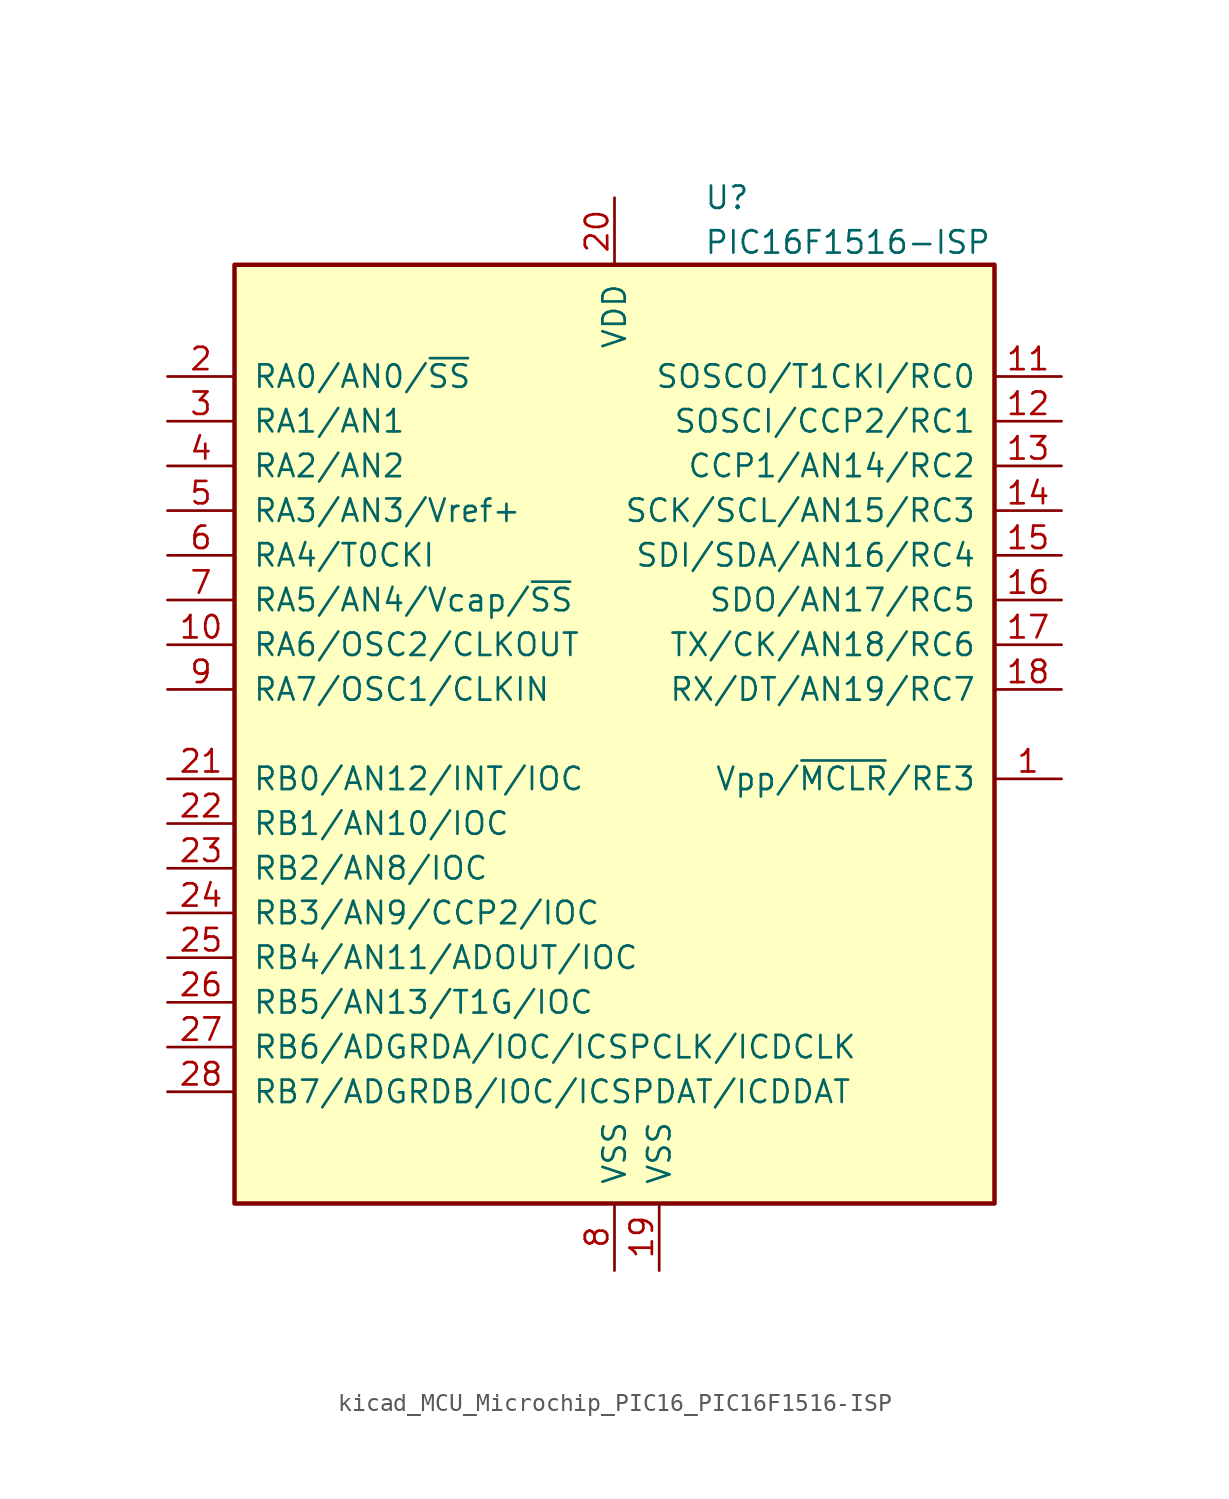
<source format=kicad_sym>
(kicad_symbol_lib
  (version 20220914)
  (generator kicad_symbol_editor)
  (symbol "kicad_MCU_Microchip_PIC16_PIC16F1516-ISP"
    (pin_names
      (offset 1.016))
    (property "Reference" "U"
      (at 5.08 30.48 0)
      (effects (font (size 1.27 1.27)) (justify left)))
    (property "Value" "PIC16F1516-ISP"
      (at 5.08 27.94 0)
      (effects (font (size 1.27 1.27)) (justify left)))
    (symbol "kicad_MCU_Microchip_PIC16_PIC16F1516-ISP_0_1"
      (rectangle (start -21.59 26.67) (end 21.59 -26.67) (stroke (width 0.254) (type default)) (fill (type background))))
    (symbol "kicad_MCU_Microchip_PIC16_PIC16F1516-ISP_1_1"
      (pin input line (at 25.4 -2.54 180) (length 3.81) (name "Vpp/~{MCLR}/RE3" (effects (font (size 1.27 1.27)))) (number "1" (effects (font (size 1.27 1.27)))))
      (pin bidirectional line (at -25.4 5.08 0) (length 3.81) (name "RA6/OSC2/CLKOUT" (effects (font (size 1.27 1.27)))) (number "10" (effects (font (size 1.27 1.27)))))
      (pin bidirectional line (at 25.4 20.32 180) (length 3.81) (name "SOSCO/T1CKI/RC0" (effects (font (size 1.27 1.27)))) (number "11" (effects (font (size 1.27 1.27)))))
      (pin bidirectional line (at 25.4 17.78 180) (length 3.81) (name "SOSCI/CCP2/RC1" (effects (font (size 1.27 1.27)))) (number "12" (effects (font (size 1.27 1.27)))))
      (pin bidirectional line (at 25.4 15.24 180) (length 3.81) (name "CCP1/AN14/RC2" (effects (font (size 1.27 1.27)))) (number "13" (effects (font (size 1.27 1.27)))))
      (pin bidirectional line (at 25.4 12.7 180) (length 3.81) (name "SCK/SCL/AN15/RC3" (effects (font (size 1.27 1.27)))) (number "14" (effects (font (size 1.27 1.27)))))
      (pin bidirectional line (at 25.4 10.16 180) (length 3.81) (name "SDI/SDA/AN16/RC4" (effects (font (size 1.27 1.27)))) (number "15" (effects (font (size 1.27 1.27)))))
      (pin bidirectional line (at 25.4 7.62 180) (length 3.81) (name "SDO/AN17/RC5" (effects (font (size 1.27 1.27)))) (number "16" (effects (font (size 1.27 1.27)))))
      (pin bidirectional line (at 25.4 5.08 180) (length 3.81) (name "TX/CK/AN18/RC6" (effects (font (size 1.27 1.27)))) (number "17" (effects (font (size 1.27 1.27)))))
      (pin bidirectional line (at 25.4 2.54 180) (length 3.81) (name "RX/DT/AN19/RC7" (effects (font (size 1.27 1.27)))) (number "18" (effects (font (size 1.27 1.27)))))
      (pin power_in line (at 2.54 -30.48 90) (length 3.81) (name "VSS" (effects (font (size 1.27 1.27)))) (number "19" (effects (font (size 1.27 1.27)))))
      (pin bidirectional line (at -25.4 20.32 0) (length 3.81) (name "RA0/AN0/~{SS}" (effects (font (size 1.27 1.27)))) (number "2" (effects (font (size 1.27 1.27)))))
      (pin power_in line (at 0 30.48 270) (length 3.81) (name "VDD" (effects (font (size 1.27 1.27)))) (number "20" (effects (font (size 1.27 1.27)))))
      (pin bidirectional line (at -25.4 -2.54 0) (length 3.81) (name "RB0/AN12/INT/IOC" (effects (font (size 1.27 1.27)))) (number "21" (effects (font (size 1.27 1.27)))))
      (pin bidirectional line (at -25.4 -5.08 0) (length 3.81) (name "RB1/AN10/IOC" (effects (font (size 1.27 1.27)))) (number "22" (effects (font (size 1.27 1.27)))))
      (pin bidirectional line (at -25.4 -7.62 0) (length 3.81) (name "RB2/AN8/IOC" (effects (font (size 1.27 1.27)))) (number "23" (effects (font (size 1.27 1.27)))))
      (pin bidirectional line (at -25.4 -10.16 0) (length 3.81) (name "RB3/AN9/CCP2/IOC" (effects (font (size 1.27 1.27)))) (number "24" (effects (font (size 1.27 1.27)))))
      (pin bidirectional line (at -25.4 -12.7 0) (length 3.81) (name "RB4/AN11/ADOUT/IOC" (effects (font (size 1.27 1.27)))) (number "25" (effects (font (size 1.27 1.27)))))
      (pin bidirectional line (at -25.4 -15.24 0) (length 3.81) (name "RB5/AN13/T1G/IOC" (effects (font (size 1.27 1.27)))) (number "26" (effects (font (size 1.27 1.27)))))
      (pin bidirectional line (at -25.4 -17.78 0) (length 3.81) (name "RB6/ADGRDA/IOC/ICSPCLK/ICDCLK" (effects (font (size 1.27 1.27)))) (number "27" (effects (font (size 1.27 1.27)))))
      (pin bidirectional line (at -25.4 -20.32 0) (length 3.81) (name "RB7/ADGRDB/IOC/ICSPDAT/ICDDAT" (effects (font (size 1.27 1.27)))) (number "28" (effects (font (size 1.27 1.27)))))
      (pin bidirectional line (at -25.4 17.78 0) (length 3.81) (name "RA1/AN1" (effects (font (size 1.27 1.27)))) (number "3" (effects (font (size 1.27 1.27)))))
      (pin bidirectional line (at -25.4 15.24 0) (length 3.81) (name "RA2/AN2" (effects (font (size 1.27 1.27)))) (number "4" (effects (font (size 1.27 1.27)))))
      (pin bidirectional line (at -25.4 12.7 0) (length 3.81) (name "RA3/AN3/Vref+" (effects (font (size 1.27 1.27)))) (number "5" (effects (font (size 1.27 1.27)))))
      (pin bidirectional line (at -25.4 10.16 0) (length 3.81) (name "RA4/T0CKI" (effects (font (size 1.27 1.27)))) (number "6" (effects (font (size 1.27 1.27)))))
      (pin bidirectional line (at -25.4 7.62 0) (length 3.81) (name "RA5/AN4/Vcap/~{SS}" (effects (font (size 1.27 1.27)))) (number "7" (effects (font (size 1.27 1.27)))))
      (pin power_in line (at 0 -30.48 90) (length 3.81) (name "VSS" (effects (font (size 1.27 1.27)))) (number "8" (effects (font (size 1.27 1.27)))))
      (pin bidirectional line (at -25.4 2.54 0) (length 3.81) (name "RA7/OSC1/CLKIN" (effects (font (size 1.27 1.27)))) (number "9" (effects (font (size 1.27 1.27))))))))
</source>
